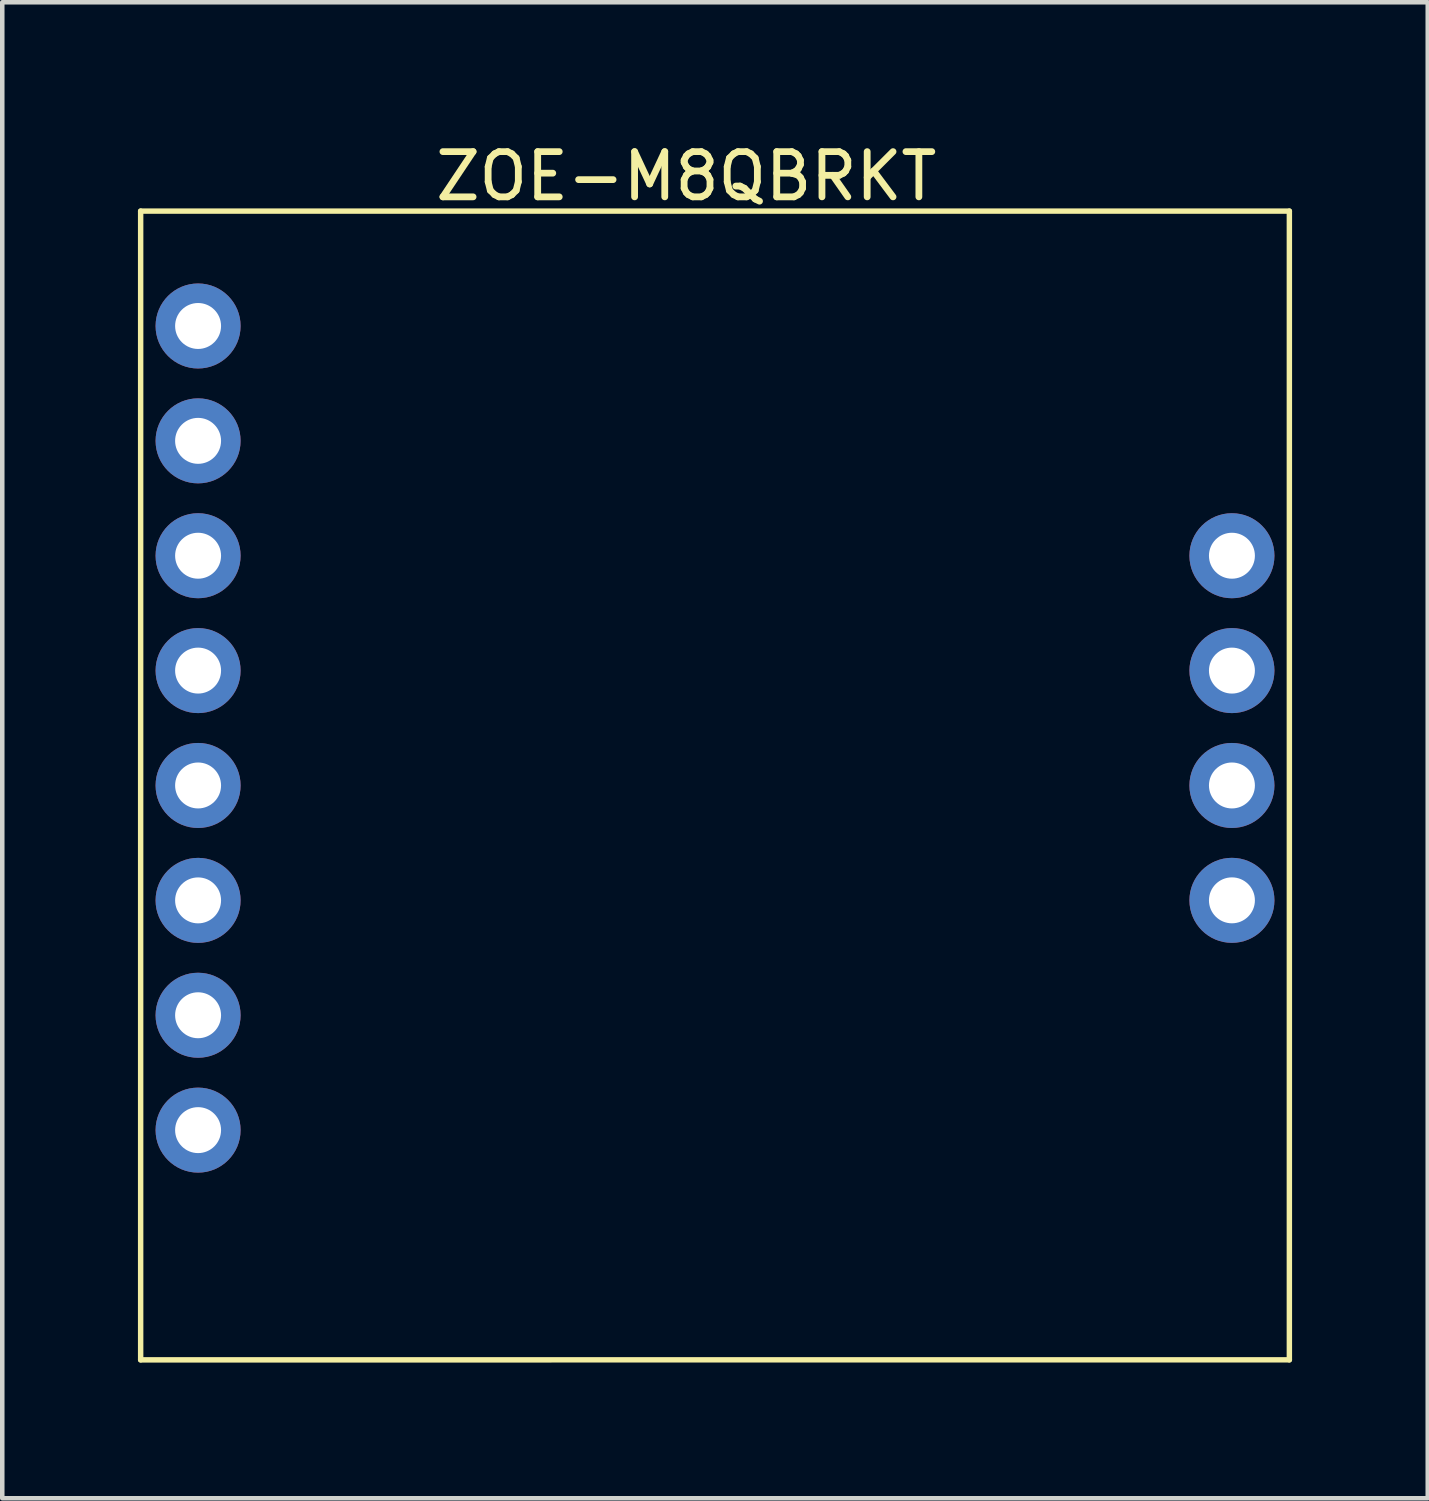
<source format=kicad_pcb>
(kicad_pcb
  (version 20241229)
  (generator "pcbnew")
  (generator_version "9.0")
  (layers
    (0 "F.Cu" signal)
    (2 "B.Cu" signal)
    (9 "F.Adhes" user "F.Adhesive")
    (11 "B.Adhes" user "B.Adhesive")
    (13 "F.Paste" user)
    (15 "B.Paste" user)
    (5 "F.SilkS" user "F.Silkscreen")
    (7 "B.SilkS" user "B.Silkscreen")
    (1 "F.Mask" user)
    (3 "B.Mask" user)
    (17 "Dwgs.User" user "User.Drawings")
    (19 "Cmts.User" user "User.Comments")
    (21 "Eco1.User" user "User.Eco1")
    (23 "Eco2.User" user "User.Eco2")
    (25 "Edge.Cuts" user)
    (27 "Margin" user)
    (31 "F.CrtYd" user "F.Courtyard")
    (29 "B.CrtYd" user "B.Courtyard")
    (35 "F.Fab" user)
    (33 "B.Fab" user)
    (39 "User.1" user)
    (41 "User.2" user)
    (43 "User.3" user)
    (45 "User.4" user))
  (footprint "ZOE-M8QBRKT"
    (layer "F.Cu")
    (at 8.315 0.348)
    (property "Reference" "ZOE-M8QBRKT" (at 3.81 0.5 0) (layer "F.SilkS") (effects (font (size 1 1) (thickness 0.15))))
    (attr through_hole)
    (fp_line (start -8.255 1.27) (end 17.145 1.27) (stroke (width 0.12) (type solid)) (layer "F.SilkS"))
    (fp_line (start -8.255 26.67) (end -8.255 1.27) (stroke (width 0.12) (type solid)) (layer "F.SilkS"))
    (fp_line (start 17.145 1.27) (end 17.145 26.67) (stroke (width 0.12) (type solid)) (layer "F.SilkS"))
    (fp_line (start 17.145 26.67) (end -8.255 26.671) (stroke (width 0.12) (type solid)) (layer "F.SilkS"))
    (pad "3V3" thru_hole circle (at -6.985 11.43) (size 1.88 1.88) (drill 1.016) (layers "*.Cu" "*.Mask"))
    (pad "GND" thru_hole circle (at -6.985 16.511) (size 1.88 1.88) (drill 1.016) (layers "*.Cu" "*.Mask"))
    (pad "INT" thru_hole circle (at 15.875 8.89) (size 1.88 1.88) (drill 1.016) (layers "*.Cu" "*.Mask"))
    (pad "NC" thru_hole circle (at -6.985 3.81) (size 1.88 1.88) (drill 1.016) (layers "*.Cu" "*.Mask"))
    (pad "NC" thru_hole circle (at -6.985 13.97) (size 1.88 1.88) (drill 1.016) (layers "*.Cu" "*.Mask"))
    (pad "PPS" thru_hole circle (at 15.875 13.97) (size 1.88 1.88) (drill 1.016) (layers "*.Cu" "*.Mask"))
    (pad "RST" thru_hole circle (at 15.875 11.43) (size 1.88 1.88) (drill 1.016) (layers "*.Cu" "*.Mask"))
    (pad "RXI" thru_hole circle (at -6.985 8.89) (size 1.88 1.88) (drill 1.016) (layers "*.Cu" "*.Mask"))
    (pad "SCL" thru_hole circle (at -6.985 19.051) (size 1.88 1.88) (drill 1.016) (layers "*.Cu" "*.Mask"))
    (pad "SDA" thru_hole circle (at -6.985 21.591) (size 1.88 1.88) (drill 1.016) (layers "*.Cu" "*.Mask"))
    (pad "SFBOOT" thru_hole circle (at 15.875 16.51) (size 1.88 1.88) (drill 1.016) (layers "*.Cu" "*.Mask"))
    (pad "TXO" thru_hole circle (at -6.985 6.35) (size 1.88 1.88) (drill 1.016) (layers "*.Cu" "*.Mask")))
  (gr_rect
    (start -3 -3)
    (end 28.52 30.079)
    (stroke (width 0.1) (type default))
    (fill no)
    (layer "Edge.Cuts")))
</source>
